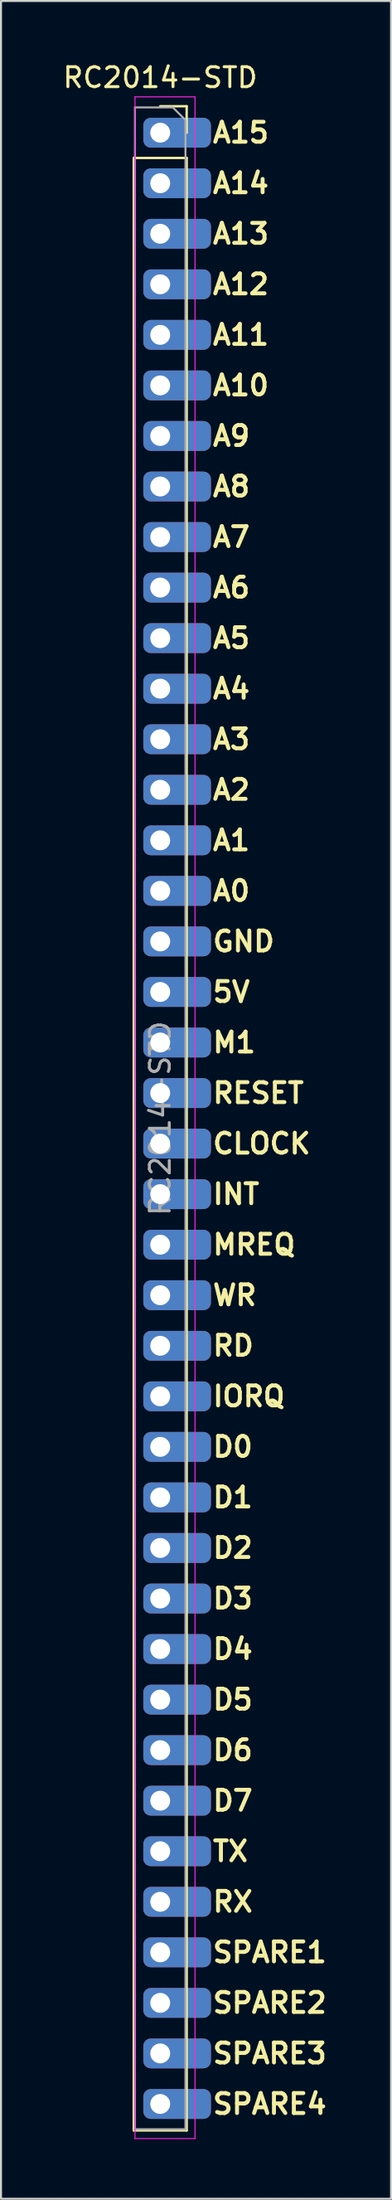
<source format=kicad_pcb>
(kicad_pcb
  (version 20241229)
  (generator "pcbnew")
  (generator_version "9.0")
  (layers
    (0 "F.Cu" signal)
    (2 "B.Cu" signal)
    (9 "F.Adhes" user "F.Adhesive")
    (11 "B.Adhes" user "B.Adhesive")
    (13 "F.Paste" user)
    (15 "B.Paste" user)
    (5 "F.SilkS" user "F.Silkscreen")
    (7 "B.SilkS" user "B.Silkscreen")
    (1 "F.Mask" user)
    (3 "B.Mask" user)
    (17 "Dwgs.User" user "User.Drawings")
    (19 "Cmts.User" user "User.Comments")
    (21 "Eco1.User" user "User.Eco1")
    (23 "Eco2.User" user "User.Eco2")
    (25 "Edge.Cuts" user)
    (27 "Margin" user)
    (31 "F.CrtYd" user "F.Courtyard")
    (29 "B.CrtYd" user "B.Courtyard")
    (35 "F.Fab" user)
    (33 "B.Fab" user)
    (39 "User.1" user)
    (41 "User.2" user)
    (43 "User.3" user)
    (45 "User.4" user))
  (footprint "RC2014-STD"
    (layer "F.Cu")
    (at 5.006 3.618)
    (property "Reference" "RC2014-STD" (at 0 -2.77 0) (layer "F.SilkS") (effects (font (size 1 1) (thickness 0.15))))
    (attr through_hole)
    (fp_line (start -1.33 1.27) (end -1.33 100.39) (stroke (width 0.12) (type solid)) (layer "F.SilkS"))
    (fp_line (start -1.33 1.27) (end 1.33 1.27) (stroke (width 0.12) (type solid)) (layer "F.SilkS"))
    (fp_line (start -1.33 100.39) (end 1.33 100.39) (stroke (width 0.12) (type solid)) (layer "F.SilkS"))
    (fp_line (start 0 -1.33) (end 1.33 -1.33) (stroke (width 0.12) (type solid)) (layer "F.SilkS"))
    (fp_line (start 1.33 -1.33) (end 1.33 0) (stroke (width 0.12) (type solid)) (layer "F.SilkS"))
    (fp_line (start 1.33 1.27) (end 1.33 100.39) (stroke (width 0.12) (type solid)) (layer "F.SilkS"))
    (fp_line (start -1.27 -1.8) (end 1.75 -1.8) (stroke (width 0.05) (type solid)) (layer "F.CrtYd"))
    (fp_line (start -1.27 100.8) (end -1.27 -1.8) (stroke (width 0.05) (type solid)) (layer "F.CrtYd"))
    (fp_line (start 1.75 -1.8) (end 1.75 100.8) (stroke (width 0.05) (type solid)) (layer "F.CrtYd"))
    (fp_line (start 1.75 100.8) (end -1.27 100.8) (stroke (width 0.05) (type solid)) (layer "F.CrtYd"))
    (fp_line (start -1.27 -1.27) (end 0.635 -1.27) (stroke (width 0.1) (type solid)) (layer "F.Fab"))
    (fp_line (start -1.27 100.33) (end -1.27 -1.27) (stroke (width 0.1) (type solid)) (layer "F.Fab"))
    (fp_line (start 0.635 -1.27) (end 1.27 -0.635) (stroke (width 0.1) (type solid)) (layer "F.Fab"))
    (fp_line (start 1.27 -0.635) (end 1.27 100.33) (stroke (width 0.1) (type solid)) (layer "F.Fab"))
    (fp_line (start 1.27 100.33) (end -1.27 100.33) (stroke (width 0.1) (type solid)) (layer "F.Fab"))
    (fp_text user "A1" (at 2.54 35.56 0) (unlocked yes) (layer "F.SilkS") (effects (font (size 1 1) (thickness 0.2)) (justify left)))
    (fp_text user "A15" (at 2.54 0 0) (unlocked yes) (layer "F.SilkS") (effects (font (size 1 1) (thickness 0.2)) (justify left)))
    (fp_text user "IORQ" (at 2.54 63.5 0) (unlocked yes) (layer "F.SilkS") (effects (font (size 1 1) (thickness 0.2)) (justify left)))
    (fp_text user "SPARE1" (at 2.54 91.44 0) (unlocked yes) (layer "F.SilkS") (effects (font (size 1 1) (thickness 0.2)) (justify left)))
    (fp_text user "SPARE2" (at 2.54 93.98 0) (unlocked yes) (layer "F.SilkS") (effects (font (size 1 1) (thickness 0.2)) (justify left)))
    (fp_text user "D4" (at 2.54 76.2 0) (unlocked yes) (layer "F.SilkS") (effects (font (size 1 1) (thickness 0.2)) (justify left)))
    (fp_text user "A3" (at 2.54 30.48 0) (unlocked yes) (layer "F.SilkS") (effects (font (size 1 1) (thickness 0.2)) (justify left)))
    (fp_text user "5V" (at 2.54 43.18 0) (unlocked yes) (layer "F.SilkS") (effects (font (size 1 1) (thickness 0.2)) (justify left)))
    (fp_text user "SPARE3" (at 2.54 96.52 0) (unlocked yes) (layer "F.SilkS") (effects (font (size 1 1) (thickness 0.2)) (justify left)))
    (fp_text user "D3" (at 2.54 73.66 0) (unlocked yes) (layer "F.SilkS") (effects (font (size 1 1) (thickness 0.2)) (justify left)))
    (fp_text user "A4" (at 2.54 27.94 0) (unlocked yes) (layer "F.SilkS") (effects (font (size 1 1) (thickness 0.2)) (justify left)))
    (fp_text user "A8" (at 2.54 17.78 0) (unlocked yes) (layer "F.SilkS") (effects (font (size 1 1) (thickness 0.2)) (justify left)))
    (fp_text user "D2" (at 2.54 71.12 0) (unlocked yes) (layer "F.SilkS") (effects (font (size 1 1) (thickness 0.2)) (justify left)))
    (fp_text user "MREQ" (at 2.54 55.88 0) (unlocked yes) (layer "F.SilkS") (effects (font (size 1 1) (thickness 0.2)) (justify left)))
    (fp_text user "A14" (at 2.54 2.54 0) (unlocked yes) (layer "F.SilkS") (effects (font (size 1 1) (thickness 0.2)) (justify left)))
    (fp_text user "A5" (at 2.54 25.4 0) (unlocked yes) (layer "F.SilkS") (effects (font (size 1 1) (thickness 0.2)) (justify left)))
    (fp_text user "WR" (at 2.54 58.42 0) (unlocked yes) (layer "F.SilkS") (effects (font (size 1 1) (thickness 0.2)) (justify left)))
    (fp_text user "RESET" (at 2.54 48.26 0) (unlocked yes) (layer "F.SilkS") (effects (font (size 1 1) (thickness 0.2)) (justify left)))
    (fp_text user "D6" (at 2.54 81.28 0) (unlocked yes) (layer "F.SilkS") (effects (font (size 1 1) (thickness 0.2)) (justify left)))
    (fp_text user "A11" (at 2.54 10.16 0) (unlocked yes) (layer "F.SilkS") (effects (font (size 1 1) (thickness 0.2)) (justify left)))
    (fp_text user "RD" (at 2.54 60.96 0) (unlocked yes) (layer "F.SilkS") (effects (font (size 1 1) (thickness 0.2)) (justify left)))
    (fp_text user "CLOCK" (at 2.54 50.8 0) (unlocked yes) (layer "F.SilkS") (effects (font (size 1 1) (thickness 0.2)) (justify left)))
    (fp_text user "M1" (at 2.54 45.72 0) (unlocked yes) (layer "F.SilkS") (effects (font (size 1 1) (thickness 0.2)) (justify left)))
    (fp_text user "RX" (at 2.54 88.9 0) (unlocked yes) (layer "F.SilkS") (effects (font (size 1 1) (thickness 0.2)) (justify left)))
    (fp_text user "A0" (at 2.54 38.1 0) (unlocked yes) (layer "F.SilkS") (effects (font (size 1 1) (thickness 0.2)) (justify left)))
    (fp_text user "A9" (at 2.54 15.24 0) (unlocked yes) (layer "F.SilkS") (effects (font (size 1 1) (thickness 0.2)) (justify left)))
    (fp_text user "D7" (at 2.54 83.82 0) (unlocked yes) (layer "F.SilkS") (effects (font (size 1 1) (thickness 0.2)) (justify left)))
    (fp_text user "TX" (at 2.54 86.36 0) (unlocked yes) (layer "F.SilkS") (effects (font (size 1 1) (thickness 0.2)) (justify left)))
    (fp_text user "A12" (at 2.54 7.62 0) (unlocked yes) (layer "F.SilkS") (effects (font (size 1 1) (thickness 0.2)) (justify left)))
    (fp_text user "A13" (at 2.54 5.08 0) (unlocked yes) (layer "F.SilkS") (effects (font (size 1 1) (thickness 0.2)) (justify left)))
    (fp_text user "INT" (at 2.54 53.34 0) (unlocked yes) (layer "F.SilkS") (effects (font (size 1 1) (thickness 0.2)) (justify left)))
    (fp_text user "GND" (at 2.54 40.64 0) (unlocked yes) (layer "F.SilkS") (effects (font (size 1 1) (thickness 0.2)) (justify left)))
    (fp_text user "A2" (at 2.54 33.02 0) (unlocked yes) (layer "F.SilkS") (effects (font (size 1 1) (thickness 0.2)) (justify left)))
    (fp_text user "A6" (at 2.54 22.86 0) (unlocked yes) (layer "F.SilkS") (effects (font (size 1 1) (thickness 0.2)) (justify left)))
    (fp_text user "A7" (at 2.54 20.32 0) (unlocked yes) (layer "F.SilkS") (effects (font (size 1 1) (thickness 0.2)) (justify left)))
    (fp_text user "A10" (at 2.54 12.7 0) (unlocked yes) (layer "F.SilkS") (effects (font (size 1 1) (thickness 0.2)) (justify left)))
    (fp_text user "D0" (at 2.54 66.04 0) (unlocked yes) (layer "F.SilkS") (effects (font (size 1 1) (thickness 0.2)) (justify left)))
    (fp_text user "D5" (at 2.54 78.74 0) (unlocked yes) (layer "F.SilkS") (effects (font (size 1 1) (thickness 0.2)) (justify left)))
    (fp_text user "SPARE4" (at 2.54 99.06 0) (unlocked yes) (layer "F.SilkS") (effects (font (size 1 1) (thickness 0.2)) (justify left)))
    (fp_text user "D1" (at 2.54 68.58 0) (unlocked yes) (layer "F.SilkS") (effects (font (size 1 1) (thickness 0.2)) (justify left)))
    (fp_text user "${REFERENCE}" (at 0 49.53 90) (layer "F.Fab") (effects (font (size 1 1) (thickness 0.15))))
    (pad "1" thru_hole roundrect (at 0 0) (size 3.4 1.5) (drill 1 (offset 0.85 0)) (layers "*.Cu" "*.Mask") (roundrect_rratio 0.25))
    (pad "2" thru_hole roundrect (at 0 2.54) (size 3.4 1.5) (drill 1 (offset 0.85 0)) (layers "*.Cu" "*.Mask") (roundrect_rratio 0.25))
    (pad "3" thru_hole roundrect (at 0 5.08) (size 3.4 1.5) (drill 1 (offset 0.85 0)) (layers "*.Cu" "*.Mask") (roundrect_rratio 0.25))
    (pad "4" thru_hole roundrect (at 0 7.62) (size 3.4 1.5) (drill 1 (offset 0.85 0)) (layers "*.Cu" "*.Mask") (roundrect_rratio 0.25))
    (pad "5" thru_hole roundrect (at 0 10.16) (size 3.4 1.5) (drill 1 (offset 0.85 0)) (layers "*.Cu" "*.Mask") (roundrect_rratio 0.25))
    (pad "6" thru_hole roundrect (at 0 12.7) (size 3.4 1.5) (drill 1 (offset 0.85 0)) (layers "*.Cu" "*.Mask") (roundrect_rratio 0.25))
    (pad "7" thru_hole roundrect (at 0 15.24) (size 3.4 1.5) (drill 1 (offset 0.85 0)) (layers "*.Cu" "*.Mask") (roundrect_rratio 0.25))
    (pad "8" thru_hole roundrect (at 0 17.78) (size 3.4 1.5) (drill 1 (offset 0.85 0)) (layers "*.Cu" "*.Mask") (roundrect_rratio 0.25))
    (pad "9" thru_hole roundrect (at 0 20.32) (size 3.4 1.5) (drill 1 (offset 0.85 0)) (layers "*.Cu" "*.Mask") (roundrect_rratio 0.25))
    (pad "10" thru_hole roundrect (at 0 22.86) (size 3.4 1.5) (drill 1 (offset 0.85 0)) (layers "*.Cu" "*.Mask") (roundrect_rratio 0.25))
    (pad "11" thru_hole roundrect (at 0 25.4) (size 3.4 1.5) (drill 1 (offset 0.85 0)) (layers "*.Cu" "*.Mask") (roundrect_rratio 0.25))
    (pad "12" thru_hole roundrect (at 0 27.94) (size 3.4 1.5) (drill 1 (offset 0.85 0)) (layers "*.Cu" "*.Mask") (roundrect_rratio 0.25))
    (pad "13" thru_hole roundrect (at 0 30.48) (size 3.4 1.5) (drill 1 (offset 0.85 0)) (layers "*.Cu" "*.Mask") (roundrect_rratio 0.25))
    (pad "14" thru_hole roundrect (at 0 33.02) (size 3.4 1.5) (drill 1 (offset 0.85 0)) (layers "*.Cu" "*.Mask") (roundrect_rratio 0.25))
    (pad "15" thru_hole roundrect (at 0 35.56) (size 3.4 1.5) (drill 1 (offset 0.85 0)) (layers "*.Cu" "*.Mask") (roundrect_rratio 0.25))
    (pad "16" thru_hole roundrect (at 0 38.1) (size 3.4 1.5) (drill 1 (offset 0.85 0)) (layers "*.Cu" "*.Mask") (roundrect_rratio 0.25))
    (pad "17" thru_hole roundrect (at 0 40.64) (size 3.4 1.5) (drill 1 (offset 0.85 0)) (layers "*.Cu" "*.Mask") (roundrect_rratio 0.25))
    (pad "18" thru_hole roundrect (at 0 43.18) (size 3.4 1.5) (drill 1 (offset 0.85 0)) (layers "*.Cu" "*.Mask") (roundrect_rratio 0.25))
    (pad "19" thru_hole roundrect (at 0 45.72) (size 3.4 1.5) (drill 1 (offset 0.85 0)) (layers "*.Cu" "*.Mask") (roundrect_rratio 0.25))
    (pad "20" thru_hole roundrect (at 0 48.26) (size 3.4 1.5) (drill 1 (offset 0.85 0)) (layers "*.Cu" "*.Mask") (roundrect_rratio 0.25))
    (pad "21" thru_hole roundrect (at 0 50.8) (size 3.4 1.5) (drill 1 (offset 0.85 0)) (layers "*.Cu" "*.Mask") (roundrect_rratio 0.25))
    (pad "22" thru_hole roundrect (at 0 53.34) (size 3.4 1.5) (drill 1 (offset 0.85 0)) (layers "*.Cu" "*.Mask") (roundrect_rratio 0.25))
    (pad "23" thru_hole roundrect (at 0 55.88) (size 3.4 1.5) (drill 1 (offset 0.85 0)) (layers "*.Cu" "*.Mask") (roundrect_rratio 0.25))
    (pad "24" thru_hole roundrect (at 0 58.42) (size 3.4 1.5) (drill 1 (offset 0.85 0)) (layers "*.Cu" "*.Mask") (roundrect_rratio 0.25))
    (pad "25" thru_hole roundrect (at 0 60.96) (size 3.4 1.5) (drill 1 (offset 0.85 0)) (layers "*.Cu" "*.Mask") (roundrect_rratio 0.25))
    (pad "26" thru_hole roundrect (at 0 63.5) (size 3.4 1.5) (drill 1 (offset 0.85 0)) (layers "*.Cu" "*.Mask") (roundrect_rratio 0.25))
    (pad "27" thru_hole roundrect (at 0 66.04) (size 3.4 1.5) (drill 1 (offset 0.85 0)) (layers "*.Cu" "*.Mask") (roundrect_rratio 0.25))
    (pad "28" thru_hole roundrect (at 0 68.58) (size 3.4 1.5) (drill 1 (offset 0.85 0)) (layers "*.Cu" "*.Mask") (roundrect_rratio 0.25))
    (pad "29" thru_hole roundrect (at 0 71.12) (size 3.4 1.5) (drill 1 (offset 0.85 0)) (layers "*.Cu" "*.Mask") (roundrect_rratio 0.25))
    (pad "30" thru_hole roundrect (at 0 73.66) (size 3.4 1.5) (drill 1 (offset 0.85 0)) (layers "*.Cu" "*.Mask") (roundrect_rratio 0.25))
    (pad "31" thru_hole roundrect (at 0 76.2) (size 3.4 1.5) (drill 1 (offset 0.85 0)) (layers "*.Cu" "*.Mask") (roundrect_rratio 0.25))
    (pad "32" thru_hole roundrect (at 0 78.74) (size 3.4 1.5) (drill 1 (offset 0.85 0)) (layers "*.Cu" "*.Mask") (roundrect_rratio 0.25))
    (pad "33" thru_hole roundrect (at 0 81.28) (size 3.4 1.5) (drill 1 (offset 0.85 0)) (layers "*.Cu" "*.Mask") (roundrect_rratio 0.25))
    (pad "34" thru_hole roundrect (at 0 83.82) (size 3.4 1.5) (drill 1 (offset 0.85 0)) (layers "*.Cu" "*.Mask") (roundrect_rratio 0.25))
    (pad "35" thru_hole roundrect (at 0 86.36) (size 3.4 1.5) (drill 1 (offset 0.85 0)) (layers "*.Cu" "*.Mask") (roundrect_rratio 0.25))
    (pad "36" thru_hole roundrect (at 0 88.9) (size 3.4 1.5) (drill 1 (offset 0.85 0)) (layers "*.Cu" "*.Mask") (roundrect_rratio 0.25))
    (pad "37" thru_hole roundrect (at 0 91.44) (size 3.4 1.5) (drill 1 (offset 0.85 0)) (layers "*.Cu" "*.Mask") (roundrect_rratio 0.25))
    (pad "38" thru_hole roundrect (at 0 93.98) (size 3.4 1.5) (drill 1 (offset 0.85 0)) (layers "*.Cu" "*.Mask") (roundrect_rratio 0.25))
    (pad "39" thru_hole roundrect (at 0 96.52) (size 3.4 1.5) (drill 1 (offset 0.85 0)) (layers "*.Cu" "*.Mask") (roundrect_rratio 0.25))
    (pad "40" thru_hole roundrect (at 0 99.06) (size 3.4 1.5) (drill 1 (offset 0.85 0)) (layers "*.Cu" "*.Mask") (roundrect_rratio 0.25)))
  (gr_rect
    (start -3 -3)
    (end 16.613 107.443)
    (stroke (width 0.1) (type default))
    (fill no)
    (layer "Edge.Cuts")))
</source>
